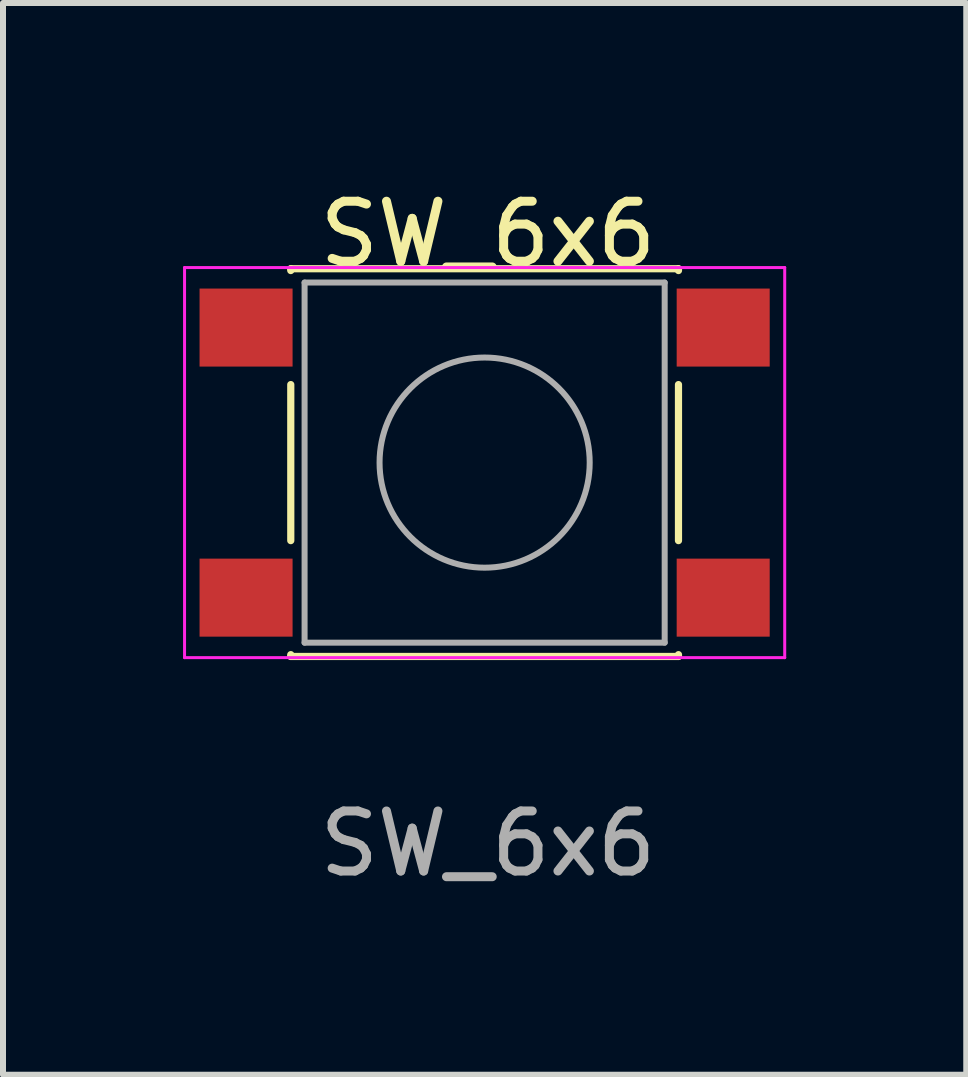
<source format=kicad_pcb>
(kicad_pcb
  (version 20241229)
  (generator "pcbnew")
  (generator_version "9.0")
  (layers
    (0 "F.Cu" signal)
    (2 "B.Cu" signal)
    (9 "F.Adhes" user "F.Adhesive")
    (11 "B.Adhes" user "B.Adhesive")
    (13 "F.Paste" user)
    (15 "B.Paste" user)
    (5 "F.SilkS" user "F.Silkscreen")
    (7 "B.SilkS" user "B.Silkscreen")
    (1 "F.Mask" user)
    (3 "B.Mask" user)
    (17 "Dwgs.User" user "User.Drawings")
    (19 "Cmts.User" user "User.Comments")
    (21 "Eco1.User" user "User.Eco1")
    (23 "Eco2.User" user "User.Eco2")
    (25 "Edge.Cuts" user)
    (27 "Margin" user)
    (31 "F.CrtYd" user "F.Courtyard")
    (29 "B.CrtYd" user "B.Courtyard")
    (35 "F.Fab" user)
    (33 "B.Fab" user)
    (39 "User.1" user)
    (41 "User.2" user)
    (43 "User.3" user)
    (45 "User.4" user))
  (footprint "SW_6x6"
    (layer "F.Cu")
    (at 5.08 4.658)
    (property "Reference" "SW_6x6" (at 0 -3.81 0) (unlocked yes) (layer "F.SilkS") (effects (font (size 1 1) (thickness 0.15))))
    (attr smd)
    (fp_line (start -3.285 -3.23) (end 3.175 -3.23) (stroke (width 0.12) (type solid)) (layer "F.SilkS"))
    (fp_line (start -3.285 -3.2) (end -3.285 -3.23) (stroke (width 0.12) (type solid)) (layer "F.SilkS"))
    (fp_line (start -3.285 -1.3) (end -3.285 1.3) (stroke (width 0.12) (type solid)) (layer "F.SilkS"))
    (fp_line (start -3.285 3.23) (end -3.285 3.2) (stroke (width 0.12) (type solid)) (layer "F.SilkS"))
    (fp_line (start -3.285 3.23) (end 3.175 3.23) (stroke (width 0.12) (type solid)) (layer "F.SilkS"))
    (fp_line (start 3.175 -3.23) (end 3.175 -3.2) (stroke (width 0.12) (type solid)) (layer "F.SilkS"))
    (fp_line (start 3.175 -1.3) (end 3.175 1.3) (stroke (width 0.12) (type solid)) (layer "F.SilkS"))
    (fp_line (start 3.175 3.23) (end 3.175 3.2) (stroke (width 0.12) (type solid)) (layer "F.SilkS"))
    (fp_line (start -5.055 -3.25) (end -5.055 3.25) (stroke (width 0.05) (type solid)) (layer "F.CrtYd"))
    (fp_line (start -5.055 -3.25) (end 4.945 -3.25) (stroke (width 0.05) (type solid)) (layer "F.CrtYd"))
    (fp_line (start -5.055 3.25) (end 4.945 3.25) (stroke (width 0.05) (type solid)) (layer "F.CrtYd"))
    (fp_line (start 4.945 3.25) (end 4.945 -3.25) (stroke (width 0.05) (type solid)) (layer "F.CrtYd"))
    (fp_line (start -3.055 -3) (end -3.055 3) (stroke (width 0.1) (type solid)) (layer "F.Fab"))
    (fp_line (start -3.055 3) (end 2.945 3) (stroke (width 0.1) (type solid)) (layer "F.Fab"))
    (fp_line (start 2.945 -3) (end -3.055 -3) (stroke (width 0.1) (type solid)) (layer "F.Fab"))
    (fp_line (start 2.945 3) (end 2.945 -3) (stroke (width 0.1) (type solid)) (layer "F.Fab"))
    (fp_circle (center -0.055 0) (end 1.695 -0.05) (stroke (width 0.1) (type solid)) (fill no) (layer "F.Fab"))
    (fp_text user "${REFERENCE}" (at 0 6.35 0) (unlocked yes) (layer "F.Fab") (effects (font (size 1 1) (thickness 0.15))))
    (pad "1" smd rect (at -4.03 -2.25) (size 1.55 1.3) (layers "F.Cu" "F.Mask" "F.Paste"))
    (pad "2" smd rect (at 3.92 -2.25) (size 1.55 1.3) (layers "F.Cu" "F.Mask" "F.Paste"))
    (pad "3" smd rect (at -4.03 2.25) (size 1.55 1.3) (layers "F.Cu" "F.Mask" "F.Paste"))
    (pad "4" smd rect (at 3.92 2.25) (size 1.55 1.3) (layers "F.Cu" "F.Mask" "F.Paste")))
  (gr_rect
    (start -3 -3)
    (end 13.05 14.857)
    (stroke (width 0.1) (type default))
    (fill no)
    (layer "Edge.Cuts")))
</source>
